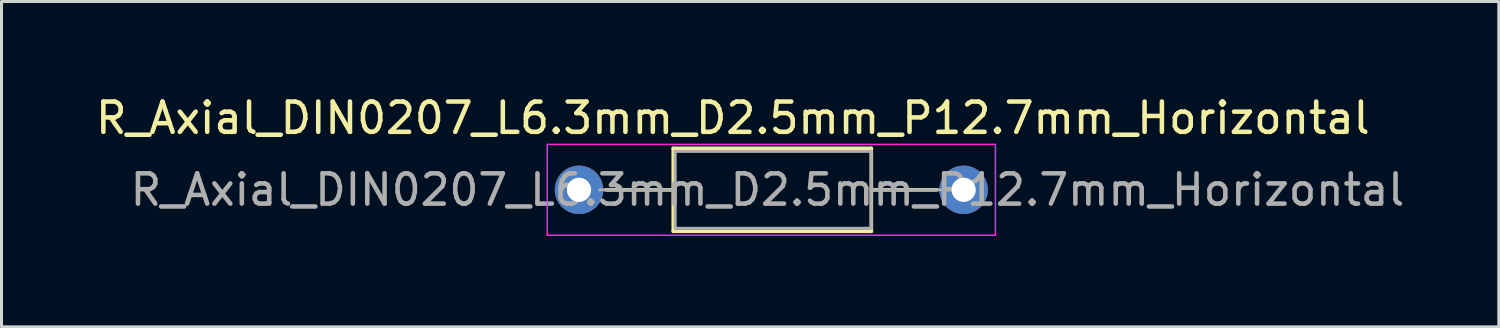
<source format=kicad_pcb>
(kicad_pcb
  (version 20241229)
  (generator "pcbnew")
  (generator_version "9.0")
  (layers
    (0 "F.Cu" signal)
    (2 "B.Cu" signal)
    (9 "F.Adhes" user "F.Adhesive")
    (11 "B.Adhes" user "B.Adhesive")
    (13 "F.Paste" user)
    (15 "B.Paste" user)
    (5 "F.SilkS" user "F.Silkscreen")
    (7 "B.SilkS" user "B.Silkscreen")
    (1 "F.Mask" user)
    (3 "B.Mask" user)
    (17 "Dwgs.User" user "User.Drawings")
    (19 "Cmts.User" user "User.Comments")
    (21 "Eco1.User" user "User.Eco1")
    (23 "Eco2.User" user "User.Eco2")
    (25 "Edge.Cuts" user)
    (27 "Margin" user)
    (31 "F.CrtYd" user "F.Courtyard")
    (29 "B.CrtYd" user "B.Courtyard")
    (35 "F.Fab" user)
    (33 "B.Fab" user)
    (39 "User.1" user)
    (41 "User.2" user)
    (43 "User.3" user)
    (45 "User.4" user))
  (footprint "R_Axial_DIN0207_L6.3mm_D2.5mm_P12.7mm_Horizontal"
    (layer "F.Cu")
    (at 16.069 3.218)
    (property "Reference" "R_Axial_DIN0207_L6.3mm_D2.5mm_P12.7mm_Horizontal" (at 5.08 -2.37 0) (layer "F.SilkS") (effects (font (size 1 1) (thickness 0.15))))
    (attr through_hole)
    (fp_line (start 0.889 0) (end 3.112 0) (stroke (width 0.12) (type solid)) (layer "F.SilkS"))
    (fp_line (start 3.112 -1.37) (end 3.112 1.37) (stroke (width 0.12) (type solid)) (layer "F.SilkS"))
    (fp_line (start 3.112 1.37) (end 9.652 1.37) (stroke (width 0.12) (type solid)) (layer "F.SilkS"))
    (fp_line (start 9.652 -1.37) (end 3.112 -1.37) (stroke (width 0.12) (type solid)) (layer "F.SilkS"))
    (fp_line (start 9.652 1.37) (end 9.652 -1.37) (stroke (width 0.12) (type solid)) (layer "F.SilkS"))
    (fp_line (start 11.811 0) (end 9.652 0) (stroke (width 0.12) (type solid)) (layer "F.SilkS"))
    (fp_line (start -1.05 -1.5) (end -1.05 1.5) (stroke (width 0.05) (type solid)) (layer "F.CrtYd"))
    (fp_line (start -1.05 1.5) (end 13.75 1.5) (stroke (width 0.05) (type solid)) (layer "F.CrtYd"))
    (fp_line (start 13.75 -1.5) (end -1.05 -1.5) (stroke (width 0.05) (type solid)) (layer "F.CrtYd"))
    (fp_line (start 13.75 1.5) (end 13.75 -1.5) (stroke (width 0.05) (type solid)) (layer "F.CrtYd"))
    (fp_line (start 0.686 0) (end 3.175 0) (stroke (width 0.1) (type solid)) (layer "F.Fab"))
    (fp_line (start 3.175 -1.27) (end 3.175 1.23) (stroke (width 0.1) (type solid)) (layer "F.Fab"))
    (fp_line (start 3.175 1.27) (end 9.652 1.27) (stroke (width 0.1) (type solid)) (layer "F.Fab"))
    (fp_line (start 9.652 -1.27) (end 3.175 -1.27) (stroke (width 0.1) (type solid)) (layer "F.Fab"))
    (fp_line (start 9.652 1.27) (end 9.652 -1.27) (stroke (width 0.1) (type solid)) (layer "F.Fab"))
    (fp_line (start 11.938 0) (end 9.703 0) (stroke (width 0.1) (type solid)) (layer "F.Fab"))
    (fp_text user "${REFERENCE}" (at 6.223 0 0) (layer "F.Fab") (effects (font (size 1 1) (thickness 0.15))))
    (pad "1" thru_hole circle (at 0 0) (size 1.6 1.6) (drill 0.8) (layers "*.Cu" "*.Mask"))
    (pad "2" thru_hole oval (at 12.7 0) (size 1.6 1.6) (drill 0.8) (layers "*.Cu" "*.Mask")))
  (gr_rect
    (start -3 -3)
    (end 46.441 7.743)
    (stroke (width 0.1) (type default))
    (fill no)
    (layer "Edge.Cuts")))
</source>
